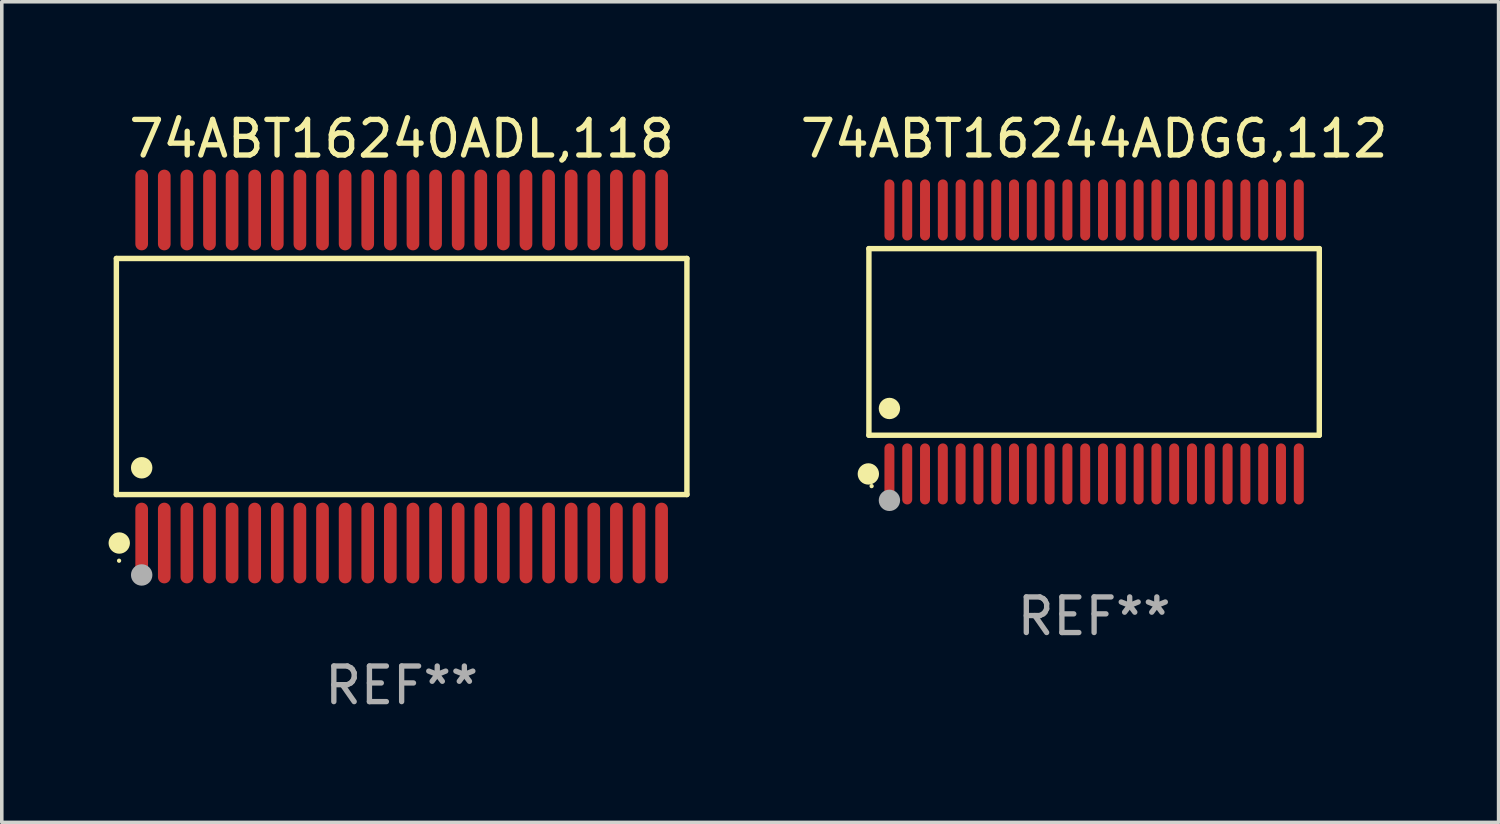
<source format=kicad_pcb>
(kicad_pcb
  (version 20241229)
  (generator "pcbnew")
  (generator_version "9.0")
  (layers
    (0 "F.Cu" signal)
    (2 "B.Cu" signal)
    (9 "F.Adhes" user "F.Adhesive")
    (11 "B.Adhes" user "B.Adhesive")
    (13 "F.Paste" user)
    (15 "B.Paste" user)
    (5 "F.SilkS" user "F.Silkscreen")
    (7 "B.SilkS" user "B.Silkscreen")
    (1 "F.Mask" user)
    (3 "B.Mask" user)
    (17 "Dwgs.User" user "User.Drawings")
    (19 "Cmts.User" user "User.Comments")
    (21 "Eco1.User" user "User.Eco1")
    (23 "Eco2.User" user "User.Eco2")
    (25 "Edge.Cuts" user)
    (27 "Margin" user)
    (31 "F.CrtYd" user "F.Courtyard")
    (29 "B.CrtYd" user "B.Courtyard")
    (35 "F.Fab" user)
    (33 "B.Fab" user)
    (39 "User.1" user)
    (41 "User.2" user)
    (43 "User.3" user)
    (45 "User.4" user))
  (footprint "74ABT16244ADGG,112"
    (layer "F.Cu")
    (at 27.686 6.556)
    (property "Reference" "74ABT16244ADGG,112" (at 0 -5.708 0) (layer "F.SilkS") (effects (font (size 1 1) (thickness 0.15))))
    (attr through_hole)
    (fp_line (start -6.326 -2.622) (end 6.326 -2.622) (stroke (width 0.152) (type solid)) (layer "F.SilkS"))
    (fp_line (start -6.326 2.621) (end -6.326 -2.622) (stroke (width 0.152) (type solid)) (layer "F.SilkS"))
    (fp_line (start 6.326 -2.622) (end 6.326 2.621) (stroke (width 0.152) (type solid)) (layer "F.SilkS"))
    (fp_line (start 6.326 2.621) (end -6.326 2.621) (stroke (width 0.152) (type solid)) (layer "F.SilkS"))
    (fp_circle (center -6.342 3.708) (end -6.192 3.708) (stroke (width 0.3) (type solid)) (fill no) (layer "F.SilkS"))
    (fp_circle (center -6.25 4.05) (end -6.22 4.05) (stroke (width 0.06) (type solid)) (fill no) (layer "F.SilkS"))
    (fp_circle (center -5.75 1.869) (end -5.6 1.869) (stroke (width 0.3) (type solid)) (fill no) (layer "F.SilkS"))
    (fp_circle (center -5.75 4.45) (end -5.6 4.45) (stroke (width 0.3) (type solid)) (fill no) (layer "F.Fab"))
    (fp_text user "REF**" (at 0 7.708 0) (layer "F.Fab") (effects (font (size 1 1) (thickness 0.15))))
    (pad "1" smd oval (at -5.75 3.708) (size 0.28 1.715) (layers "F.Cu" "F.Mask" "F.Paste"))
    (pad "2" smd oval (at -5.25 3.708) (size 0.28 1.715) (layers "F.Cu" "F.Mask" "F.Paste"))
    (pad "3" smd oval (at -4.75 3.708) (size 0.28 1.715) (layers "F.Cu" "F.Mask" "F.Paste"))
    (pad "4" smd oval (at -4.25 3.708) (size 0.28 1.715) (layers "F.Cu" "F.Mask" "F.Paste"))
    (pad "5" smd oval (at -3.75 3.708) (size 0.28 1.715) (layers "F.Cu" "F.Mask" "F.Paste"))
    (pad "6" smd oval (at -3.25 3.708) (size 0.28 1.715) (layers "F.Cu" "F.Mask" "F.Paste"))
    (pad "7" smd oval (at -2.75 3.708) (size 0.28 1.715) (layers "F.Cu" "F.Mask" "F.Paste"))
    (pad "8" smd oval (at -2.25 3.708) (size 0.28 1.715) (layers "F.Cu" "F.Mask" "F.Paste"))
    (pad "9" smd oval (at -1.75 3.708) (size 0.28 1.715) (layers "F.Cu" "F.Mask" "F.Paste"))
    (pad "10" smd oval (at -1.25 3.708) (size 0.28 1.715) (layers "F.Cu" "F.Mask" "F.Paste"))
    (pad "11" smd oval (at -0.75 3.708) (size 0.28 1.715) (layers "F.Cu" "F.Mask" "F.Paste"))
    (pad "12" smd oval (at -0.25 3.708) (size 0.28 1.715) (layers "F.Cu" "F.Mask" "F.Paste"))
    (pad "13" smd oval (at 0.25 3.708) (size 0.28 1.715) (layers "F.Cu" "F.Mask" "F.Paste"))
    (pad "14" smd oval (at 0.75 3.708) (size 0.28 1.715) (layers "F.Cu" "F.Mask" "F.Paste"))
    (pad "15" smd oval (at 1.25 3.708) (size 0.28 1.715) (layers "F.Cu" "F.Mask" "F.Paste"))
    (pad "16" smd oval (at 1.75 3.708) (size 0.28 1.715) (layers "F.Cu" "F.Mask" "F.Paste"))
    (pad "17" smd oval (at 2.25 3.708) (size 0.28 1.715) (layers "F.Cu" "F.Mask" "F.Paste"))
    (pad "18" smd oval (at 2.75 3.708) (size 0.28 1.715) (layers "F.Cu" "F.Mask" "F.Paste"))
    (pad "19" smd oval (at 3.25 3.708) (size 0.28 1.715) (layers "F.Cu" "F.Mask" "F.Paste"))
    (pad "20" smd oval (at 3.75 3.708) (size 0.28 1.715) (layers "F.Cu" "F.Mask" "F.Paste"))
    (pad "21" smd oval (at 4.25 3.708) (size 0.28 1.715) (layers "F.Cu" "F.Mask" "F.Paste"))
    (pad "22" smd oval (at 4.75 3.708) (size 0.28 1.715) (layers "F.Cu" "F.Mask" "F.Paste"))
    (pad "23" smd oval (at 5.25 3.708) (size 0.28 1.715) (layers "F.Cu" "F.Mask" "F.Paste"))
    (pad "24" smd oval (at 5.75 3.708) (size 0.28 1.715) (layers "F.Cu" "F.Mask" "F.Paste"))
    (pad "25" smd oval (at 5.75 -3.708) (size 0.28 1.715) (layers "F.Cu" "F.Mask" "F.Paste"))
    (pad "26" smd oval (at 5.25 -3.708) (size 0.28 1.715) (layers "F.Cu" "F.Mask" "F.Paste"))
    (pad "27" smd oval (at 4.75 -3.708) (size 0.28 1.715) (layers "F.Cu" "F.Mask" "F.Paste"))
    (pad "28" smd oval (at 4.25 -3.708) (size 0.28 1.715) (layers "F.Cu" "F.Mask" "F.Paste"))
    (pad "29" smd oval (at 3.75 -3.708) (size 0.28 1.715) (layers "F.Cu" "F.Mask" "F.Paste"))
    (pad "30" smd oval (at 3.25 -3.708) (size 0.28 1.715) (layers "F.Cu" "F.Mask" "F.Paste"))
    (pad "31" smd oval (at 2.75 -3.708) (size 0.28 1.715) (layers "F.Cu" "F.Mask" "F.Paste"))
    (pad "32" smd oval (at 2.25 -3.708) (size 0.28 1.715) (layers "F.Cu" "F.Mask" "F.Paste"))
    (pad "33" smd oval (at 1.75 -3.708) (size 0.28 1.715) (layers "F.Cu" "F.Mask" "F.Paste"))
    (pad "34" smd oval (at 1.25 -3.708) (size 0.28 1.715) (layers "F.Cu" "F.Mask" "F.Paste"))
    (pad "35" smd oval (at 0.75 -3.708) (size 0.28 1.715) (layers "F.Cu" "F.Mask" "F.Paste"))
    (pad "36" smd oval (at 0.25 -3.708) (size 0.28 1.715) (layers "F.Cu" "F.Mask" "F.Paste"))
    (pad "37" smd oval (at -0.25 -3.708) (size 0.28 1.715) (layers "F.Cu" "F.Mask" "F.Paste"))
    (pad "38" smd oval (at -0.75 -3.708) (size 0.28 1.715) (layers "F.Cu" "F.Mask" "F.Paste"))
    (pad "39" smd oval (at -1.25 -3.708) (size 0.28 1.715) (layers "F.Cu" "F.Mask" "F.Paste"))
    (pad "40" smd oval (at -1.75 -3.708) (size 0.28 1.715) (layers "F.Cu" "F.Mask" "F.Paste"))
    (pad "41" smd oval (at -2.25 -3.708) (size 0.28 1.715) (layers "F.Cu" "F.Mask" "F.Paste"))
    (pad "42" smd oval (at -2.75 -3.708) (size 0.28 1.715) (layers "F.Cu" "F.Mask" "F.Paste"))
    (pad "43" smd oval (at -3.25 -3.708) (size 0.28 1.715) (layers "F.Cu" "F.Mask" "F.Paste"))
    (pad "44" smd oval (at -3.75 -3.708) (size 0.28 1.715) (layers "F.Cu" "F.Mask" "F.Paste"))
    (pad "45" smd oval (at -4.25 -3.708) (size 0.28 1.715) (layers "F.Cu" "F.Mask" "F.Paste"))
    (pad "46" smd oval (at -4.75 -3.708) (size 0.28 1.715) (layers "F.Cu" "F.Mask" "F.Paste"))
    (pad "47" smd oval (at -5.25 -3.708) (size 0.28 1.715) (layers "F.Cu" "F.Mask" "F.Paste"))
    (pad "48" smd oval (at -5.75 -3.708) (size 0.28 1.715) (layers "F.Cu" "F.Mask" "F.Paste")))
  (footprint "74ABT16240ADL,118"
    (layer "F.Cu")
    (at 8.233 7.527)
    (property "Reference" "74ABT16240ADL,118" (at 0 -6.678 0) (layer "F.SilkS") (effects (font (size 1 1) (thickness 0.15))))
    (attr through_hole)
    (fp_line (start -8.014 -3.316) (end 8.014 -3.316) (stroke (width 0.152) (type solid)) (layer "F.SilkS"))
    (fp_line (start -8.014 3.316) (end -8.014 -3.316) (stroke (width 0.152) (type solid)) (layer "F.SilkS"))
    (fp_line (start 8.014 -3.316) (end 8.014 3.316) (stroke (width 0.152) (type solid)) (layer "F.SilkS"))
    (fp_line (start 8.014 3.316) (end -8.014 3.316) (stroke (width 0.152) (type solid)) (layer "F.SilkS"))
    (fp_circle (center -7.938 5.175) (end -7.908 5.175) (stroke (width 0.06) (type solid)) (fill no) (layer "F.SilkS"))
    (fp_circle (center -7.933 4.678) (end -7.783 4.678) (stroke (width 0.3) (type solid)) (fill no) (layer "F.SilkS"))
    (fp_circle (center -7.303 2.564) (end -7.152 2.564) (stroke (width 0.3) (type solid)) (fill no) (layer "F.SilkS"))
    (fp_circle (center -7.303 5.575) (end -7.152 5.575) (stroke (width 0.3) (type solid)) (fill no) (layer "F.Fab"))
    (fp_text user "REF**" (at 0 8.678 0) (layer "F.Fab") (effects (font (size 1 1) (thickness 0.15))))
    (pad "1" smd oval (at -7.303 4.678) (size 0.356 2.267) (layers "F.Cu" "F.Mask" "F.Paste"))
    (pad "2" smd oval (at -6.668 4.678) (size 0.356 2.267) (layers "F.Cu" "F.Mask" "F.Paste"))
    (pad "3" smd oval (at -6.033 4.678) (size 0.356 2.267) (layers "F.Cu" "F.Mask" "F.Paste"))
    (pad "4" smd oval (at -5.398 4.678) (size 0.356 2.267) (layers "F.Cu" "F.Mask" "F.Paste"))
    (pad "5" smd oval (at -4.763 4.678) (size 0.356 2.267) (layers "F.Cu" "F.Mask" "F.Paste"))
    (pad "6" smd oval (at -4.128 4.678) (size 0.356 2.267) (layers "F.Cu" "F.Mask" "F.Paste"))
    (pad "7" smd oval (at -3.493 4.678) (size 0.356 2.267) (layers "F.Cu" "F.Mask" "F.Paste"))
    (pad "8" smd oval (at -2.858 4.678) (size 0.356 2.267) (layers "F.Cu" "F.Mask" "F.Paste"))
    (pad "9" smd oval (at -2.223 4.678) (size 0.356 2.267) (layers "F.Cu" "F.Mask" "F.Paste"))
    (pad "10" smd oval (at -1.588 4.678) (size 0.356 2.267) (layers "F.Cu" "F.Mask" "F.Paste"))
    (pad "11" smd oval (at -0.953 4.678) (size 0.356 2.267) (layers "F.Cu" "F.Mask" "F.Paste"))
    (pad "12" smd oval (at -0.318 4.678) (size 0.356 2.267) (layers "F.Cu" "F.Mask" "F.Paste"))
    (pad "13" smd oval (at 0.318 4.678) (size 0.356 2.267) (layers "F.Cu" "F.Mask" "F.Paste"))
    (pad "14" smd oval (at 0.953 4.678) (size 0.356 2.267) (layers "F.Cu" "F.Mask" "F.Paste"))
    (pad "15" smd oval (at 1.588 4.678) (size 0.356 2.267) (layers "F.Cu" "F.Mask" "F.Paste"))
    (pad "16" smd oval (at 2.223 4.678) (size 0.356 2.267) (layers "F.Cu" "F.Mask" "F.Paste"))
    (pad "17" smd oval (at 2.858 4.678) (size 0.356 2.267) (layers "F.Cu" "F.Mask" "F.Paste"))
    (pad "18" smd oval (at 3.493 4.678) (size 0.356 2.267) (layers "F.Cu" "F.Mask" "F.Paste"))
    (pad "19" smd oval (at 4.128 4.678) (size 0.356 2.267) (layers "F.Cu" "F.Mask" "F.Paste"))
    (pad "20" smd oval (at 4.763 4.678) (size 0.356 2.267) (layers "F.Cu" "F.Mask" "F.Paste"))
    (pad "21" smd oval (at 5.398 4.678) (size 0.356 2.267) (layers "F.Cu" "F.Mask" "F.Paste"))
    (pad "22" smd oval (at 6.033 4.678) (size 0.356 2.267) (layers "F.Cu" "F.Mask" "F.Paste"))
    (pad "23" smd oval (at 6.668 4.678) (size 0.356 2.267) (layers "F.Cu" "F.Mask" "F.Paste"))
    (pad "24" smd oval (at 7.303 4.678) (size 0.356 2.267) (layers "F.Cu" "F.Mask" "F.Paste"))
    (pad "25" smd oval (at 7.303 -4.678) (size 0.356 2.267) (layers "F.Cu" "F.Mask" "F.Paste"))
    (pad "26" smd oval (at 6.668 -4.678) (size 0.356 2.267) (layers "F.Cu" "F.Mask" "F.Paste"))
    (pad "27" smd oval (at 6.033 -4.678) (size 0.356 2.267) (layers "F.Cu" "F.Mask" "F.Paste"))
    (pad "28" smd oval (at 5.398 -4.678) (size 0.356 2.267) (layers "F.Cu" "F.Mask" "F.Paste"))
    (pad "29" smd oval (at 4.763 -4.678) (size 0.356 2.267) (layers "F.Cu" "F.Mask" "F.Paste"))
    (pad "30" smd oval (at 4.128 -4.678) (size 0.356 2.267) (layers "F.Cu" "F.Mask" "F.Paste"))
    (pad "31" smd oval (at 3.493 -4.678) (size 0.356 2.267) (layers "F.Cu" "F.Mask" "F.Paste"))
    (pad "32" smd oval (at 2.858 -4.678) (size 0.356 2.267) (layers "F.Cu" "F.Mask" "F.Paste"))
    (pad "33" smd oval (at 2.223 -4.678) (size 0.356 2.267) (layers "F.Cu" "F.Mask" "F.Paste"))
    (pad "34" smd oval (at 1.588 -4.678) (size 0.356 2.267) (layers "F.Cu" "F.Mask" "F.Paste"))
    (pad "35" smd oval (at 0.953 -4.678) (size 0.356 2.267) (layers "F.Cu" "F.Mask" "F.Paste"))
    (pad "36" smd oval (at 0.318 -4.678) (size 0.356 2.267) (layers "F.Cu" "F.Mask" "F.Paste"))
    (pad "37" smd oval (at -0.318 -4.678) (size 0.356 2.267) (layers "F.Cu" "F.Mask" "F.Paste"))
    (pad "38" smd oval (at -0.953 -4.678) (size 0.356 2.267) (layers "F.Cu" "F.Mask" "F.Paste"))
    (pad "39" smd oval (at -1.588 -4.678) (size 0.356 2.267) (layers "F.Cu" "F.Mask" "F.Paste"))
    (pad "40" smd oval (at -2.223 -4.678) (size 0.356 2.267) (layers "F.Cu" "F.Mask" "F.Paste"))
    (pad "41" smd oval (at -2.858 -4.678) (size 0.356 2.267) (layers "F.Cu" "F.Mask" "F.Paste"))
    (pad "42" smd oval (at -3.493 -4.678) (size 0.356 2.267) (layers "F.Cu" "F.Mask" "F.Paste"))
    (pad "43" smd oval (at -4.128 -4.678) (size 0.356 2.267) (layers "F.Cu" "F.Mask" "F.Paste"))
    (pad "44" smd oval (at -4.763 -4.678) (size 0.356 2.267) (layers "F.Cu" "F.Mask" "F.Paste"))
    (pad "45" smd oval (at -5.398 -4.678) (size 0.356 2.267) (layers "F.Cu" "F.Mask" "F.Paste"))
    (pad "46" smd oval (at -6.033 -4.678) (size 0.356 2.267) (layers "F.Cu" "F.Mask" "F.Paste"))
    (pad "47" smd oval (at -6.668 -4.678) (size 0.356 2.267) (layers "F.Cu" "F.Mask" "F.Paste"))
    (pad "48" smd oval (at -7.303 -4.678) (size 0.356 2.267) (layers "F.Cu" "F.Mask" "F.Paste")))
  (gr_rect
    (start -3 -3)
    (end 39.049 20.053)
    (stroke (width 0.1) (type default))
    (fill no)
    (layer "Edge.Cuts")))
</source>
